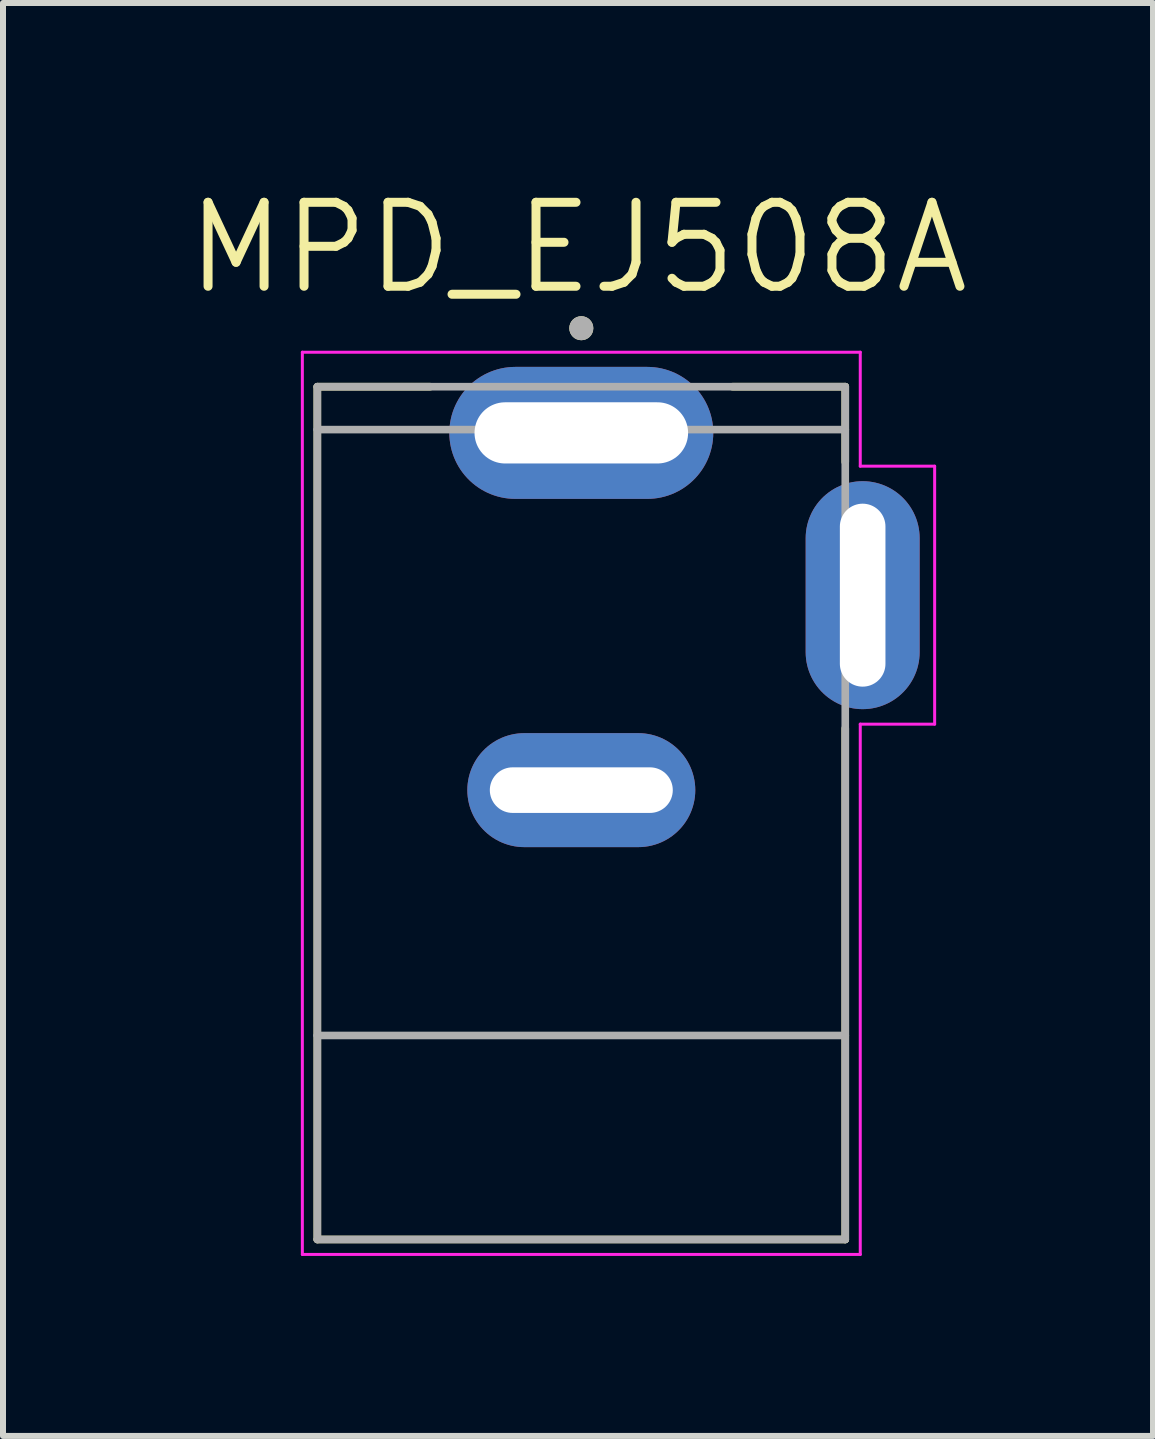
<source format=kicad_pcb>
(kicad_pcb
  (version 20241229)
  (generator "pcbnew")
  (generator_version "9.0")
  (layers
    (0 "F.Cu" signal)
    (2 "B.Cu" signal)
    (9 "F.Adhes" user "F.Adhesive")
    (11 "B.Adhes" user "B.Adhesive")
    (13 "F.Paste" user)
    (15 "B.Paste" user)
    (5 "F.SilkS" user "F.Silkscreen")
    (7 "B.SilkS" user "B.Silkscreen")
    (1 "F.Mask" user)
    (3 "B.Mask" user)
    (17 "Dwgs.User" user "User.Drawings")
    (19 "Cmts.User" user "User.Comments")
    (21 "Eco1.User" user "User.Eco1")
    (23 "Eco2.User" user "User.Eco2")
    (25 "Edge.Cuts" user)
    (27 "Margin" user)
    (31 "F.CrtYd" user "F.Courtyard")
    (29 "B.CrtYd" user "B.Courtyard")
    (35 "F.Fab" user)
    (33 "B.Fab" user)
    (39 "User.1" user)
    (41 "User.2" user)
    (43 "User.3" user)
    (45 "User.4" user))
  (footprint "MPD_EJ508A"
    (layer "F.Cu")
    (at 6.64 6.871)
    (property "Reference" "MPD_EJ508A" (at -0.055 -5.789 0) (layer "F.SilkS") (effects (font (size 1.4 1.4) (thickness 0.15))))
    (attr through_hole)
    (fp_line (start -4.4 -3.475) (end -4.4 10.74) (stroke (width 0.127) (type solid)) (layer "F.SilkS"))
    (fp_line (start -4.4 10.74) (end 4.4 10.74) (stroke (width 0.127) (type solid)) (layer "F.SilkS"))
    (fp_line (start -2.52 -3.475) (end -4.4 -3.475) (stroke (width 0.127) (type solid)) (layer "F.SilkS"))
    (fp_line (start 2.52 -3.475) (end 4.4 -3.475) (stroke (width 0.127) (type solid)) (layer "F.SilkS"))
    (fp_line (start 4.4 -3.475) (end 4.4 -2.22) (stroke (width 0.127) (type solid)) (layer "F.SilkS"))
    (fp_line (start 4.4 10.74) (end 4.4 2.22) (stroke (width 0.127) (type solid)) (layer "F.SilkS"))
    (fp_circle (center 0 -4.45) (end 0.1 -4.45) (stroke (width 0.2) (type solid)) (fill no) (layer "F.SilkS"))
    (fp_line (start -4.65 -4.05) (end -4.65 10.99) (stroke (width 0.05) (type solid)) (layer "F.CrtYd"))
    (fp_line (start -4.65 10.99) (end 4.65 10.99) (stroke (width 0.05) (type solid)) (layer "F.CrtYd"))
    (fp_line (start 4.65 -4.05) (end -4.65 -4.05) (stroke (width 0.05) (type solid)) (layer "F.CrtYd"))
    (fp_line (start 4.65 -4.05) (end 4.65 -2.15) (stroke (width 0.05) (type solid)) (layer "F.CrtYd"))
    (fp_line (start 4.65 -2.15) (end 5.89 -2.15) (stroke (width 0.05) (type solid)) (layer "F.CrtYd"))
    (fp_line (start 4.65 2.15) (end 4.65 10.99) (stroke (width 0.05) (type solid)) (layer "F.CrtYd"))
    (fp_line (start 5.89 -2.15) (end 5.89 2.15) (stroke (width 0.05) (type solid)) (layer "F.CrtYd"))
    (fp_line (start 5.89 2.15) (end 4.65 2.15) (stroke (width 0.05) (type solid)) (layer "F.CrtYd"))
    (fp_line (start -4.4 -3.475) (end -4.4 -2.76) (stroke (width 0.127) (type solid)) (layer "F.Fab"))
    (fp_line (start -4.4 -2.76) (end -4.4 7.34) (stroke (width 0.127) (type solid)) (layer "F.Fab"))
    (fp_line (start -4.4 -2.76) (end 4.4 -2.76) (stroke (width 0.127) (type solid)) (layer "F.Fab"))
    (fp_line (start -4.4 7.34) (end -4.4 10.74) (stroke (width 0.127) (type solid)) (layer "F.Fab"))
    (fp_line (start -4.4 7.34) (end 4.4 7.34) (stroke (width 0.127) (type solid)) (layer "F.Fab"))
    (fp_line (start -4.4 10.74) (end 4.4 10.74) (stroke (width 0.127) (type solid)) (layer "F.Fab"))
    (fp_line (start 4.4 -3.475) (end -4.4 -3.475) (stroke (width 0.127) (type solid)) (layer "F.Fab"))
    (fp_line (start 4.4 -2.76) (end 4.4 -3.475) (stroke (width 0.127) (type solid)) (layer "F.Fab"))
    (fp_line (start 4.4 7.34) (end 4.4 -2.76) (stroke (width 0.127) (type solid)) (layer "F.Fab"))
    (fp_line (start 4.4 10.74) (end 4.4 7.34) (stroke (width 0.127) (type solid)) (layer "F.Fab"))
    (fp_circle (center 0 -4.45) (end 0.1 -4.45) (stroke (width 0.2) (type solid)) (fill no) (layer "F.Fab"))
    (pad "1" thru_hole oval (at 0 -2.705) (size 4.4 2.2) (drill oval 3.56 1.02) (layers "*.Cu" "*.Mask"))
    (pad "2" thru_hole oval (at 0 3.25) (size 3.8 1.9) (drill oval 3.05 0.76) (layers "*.Cu" "*.Mask"))
    (pad "3" thru_hole oval (at 4.69 0) (size 1.9 3.8) (drill oval 0.76 3.05) (layers "*.Cu" "*.Mask")))
  (gr_rect
    (start -3 -3)
    (end 16.17 20.886)
    (stroke (width 0.1) (type default))
    (fill no)
    (layer "Edge.Cuts")))
</source>
